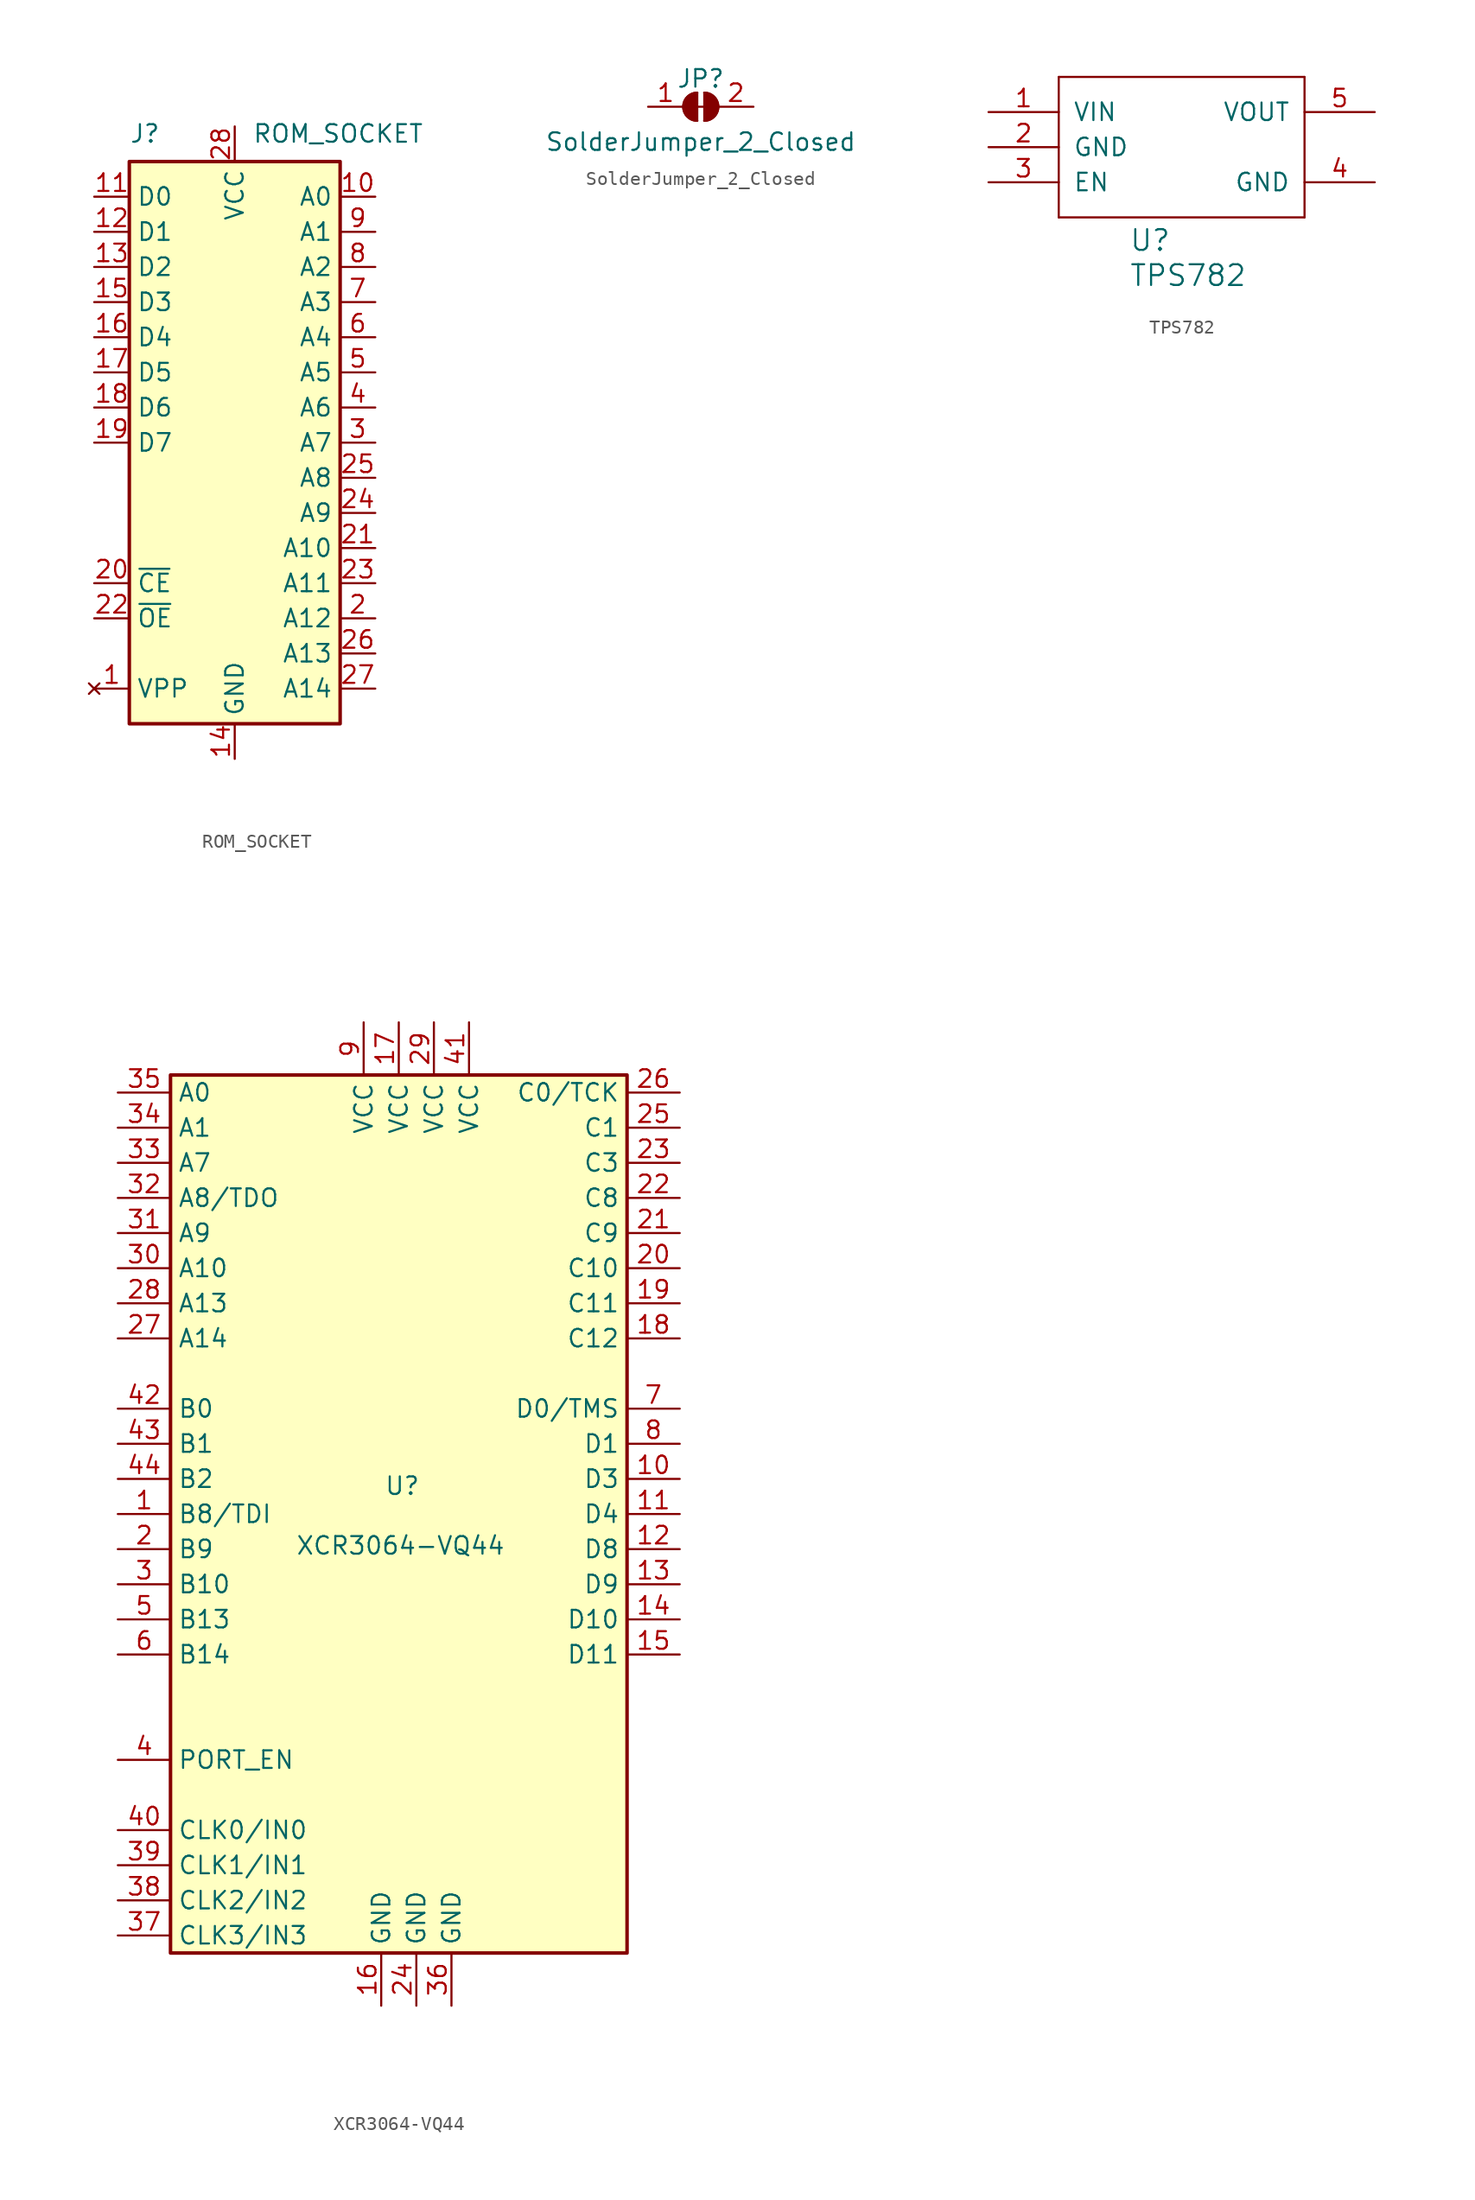
<source format=kicad_sym>
(kicad_symbol_lib
  (version 20231120)
  (generator "kicad_symbol_editor")
  (generator_version "8.0")
  (symbol "ROM_SOCKET"
    (property "Reference" "J"
      (at -7.62 21.59 0)
      (effects (font (size 1.27 1.27)) (justify left bottom)))
    (property "Value" "ROM_SOCKET"
      (at 1.27 21.59 0)
      (effects (font (size 1.27 1.27)) (justify left bottom)))
    (symbol "ROM_SOCKET_1_1"
      (rectangle (start -7.62 -20.32) (end 7.62 20.32) (stroke (width 0.254) (type default)) (fill (type background)))
      (pin no_connect line (at -10.16 -17.78 0) (length 2.54) (name "VPP" (effects (font (size 1.27 1.27)))) (number "1" (effects (font (size 1.27 1.27)))))
      (pin output line (at 10.16 17.78 180) (length 2.54) (name "A0" (effects (font (size 1.27 1.27)))) (number "10" (effects (font (size 1.27 1.27)))))
      (pin bidirectional line (at -10.16 17.78 0) (length 2.54) (name "D0" (effects (font (size 1.27 1.27)))) (number "11" (effects (font (size 1.27 1.27)))))
      (pin bidirectional line (at -10.16 15.24 0) (length 2.54) (name "D1" (effects (font (size 1.27 1.27)))) (number "12" (effects (font (size 1.27 1.27)))))
      (pin bidirectional line (at -10.16 12.7 0) (length 2.54) (name "D2" (effects (font (size 1.27 1.27)))) (number "13" (effects (font (size 1.27 1.27)))))
      (pin power_out line (at 0 -22.86 90) (length 2.54) (name "GND" (effects (font (size 1.27 1.27)))) (number "14" (effects (font (size 1.27 1.27)))))
      (pin bidirectional line (at -10.16 10.16 0) (length 2.54) (name "D3" (effects (font (size 1.27 1.27)))) (number "15" (effects (font (size 1.27 1.27)))))
      (pin bidirectional line (at -10.16 7.62 0) (length 2.54) (name "D4" (effects (font (size 1.27 1.27)))) (number "16" (effects (font (size 1.27 1.27)))))
      (pin bidirectional line (at -10.16 5.08 0) (length 2.54) (name "D5" (effects (font (size 1.27 1.27)))) (number "17" (effects (font (size 1.27 1.27)))))
      (pin bidirectional line (at -10.16 2.54 0) (length 2.54) (name "D6" (effects (font (size 1.27 1.27)))) (number "18" (effects (font (size 1.27 1.27)))))
      (pin bidirectional line (at -10.16 0 0) (length 2.54) (name "D7" (effects (font (size 1.27 1.27)))) (number "19" (effects (font (size 1.27 1.27)))))
      (pin output line (at 10.16 -12.7 180) (length 2.54) (name "A12" (effects (font (size 1.27 1.27)))) (number "2" (effects (font (size 1.27 1.27)))))
      (pin output line (at -10.16 -10.16 0) (length 2.54) (name "~{CE}" (effects (font (size 1.27 1.27)))) (number "20" (effects (font (size 1.27 1.27)))))
      (pin output line (at 10.16 -7.62 180) (length 2.54) (name "A10" (effects (font (size 1.27 1.27)))) (number "21" (effects (font (size 1.27 1.27)))))
      (pin output line (at -10.16 -12.7 0) (length 2.54) (name "~{OE}" (effects (font (size 1.27 1.27)))) (number "22" (effects (font (size 1.27 1.27)))))
      (pin output line (at 10.16 -10.16 180) (length 2.54) (name "A11" (effects (font (size 1.27 1.27)))) (number "23" (effects (font (size 1.27 1.27)))))
      (pin output line (at 10.16 -5.08 180) (length 2.54) (name "A9" (effects (font (size 1.27 1.27)))) (number "24" (effects (font (size 1.27 1.27)))))
      (pin output line (at 10.16 -2.54 180) (length 2.54) (name "A8" (effects (font (size 1.27 1.27)))) (number "25" (effects (font (size 1.27 1.27)))))
      (pin output line (at 10.16 -15.24 180) (length 2.54) (name "A13" (effects (font (size 1.27 1.27)))) (number "26" (effects (font (size 1.27 1.27)))))
      (pin output line (at 10.16 -17.78 180) (length 2.54) (name "A14" (effects (font (size 1.27 1.27)))) (number "27" (effects (font (size 1.27 1.27)))))
      (pin power_out line (at 0 22.86 270) (length 2.54) (name "VCC" (effects (font (size 1.27 1.27)))) (number "28" (effects (font (size 1.27 1.27)))))
      (pin output line (at 10.16 0 180) (length 2.54) (name "A7" (effects (font (size 1.27 1.27)))) (number "3" (effects (font (size 1.27 1.27)))))
      (pin output line (at 10.16 2.54 180) (length 2.54) (name "A6" (effects (font (size 1.27 1.27)))) (number "4" (effects (font (size 1.27 1.27)))))
      (pin output line (at 10.16 5.08 180) (length 2.54) (name "A5" (effects (font (size 1.27 1.27)))) (number "5" (effects (font (size 1.27 1.27)))))
      (pin output line (at 10.16 7.62 180) (length 2.54) (name "A4" (effects (font (size 1.27 1.27)))) (number "6" (effects (font (size 1.27 1.27)))))
      (pin output line (at 10.16 10.16 180) (length 2.54) (name "A3" (effects (font (size 1.27 1.27)))) (number "7" (effects (font (size 1.27 1.27)))))
      (pin output line (at 10.16 12.7 180) (length 2.54) (name "A2" (effects (font (size 1.27 1.27)))) (number "8" (effects (font (size 1.27 1.27)))))
      (pin output line (at 10.16 15.24 180) (length 2.54) (name "A1" (effects (font (size 1.27 1.27)))) (number "9" (effects (font (size 1.27 1.27)))))))
  (symbol "SolderJumper_2_Closed"
    (pin_names
      (offset 0) hide)
    (property "Reference" "JP"
      (at 0 2.032 0)
      (effects (font (size 1.27 1.27))))
    (property "Value" "SolderJumper_2_Closed"
      (at 0 -2.54 0)
      (effects (font (size 1.27 1.27))))
    (symbol "SolderJumper_2_Closed_0_1"
      (arc (start -0.254 1.016) (mid -1.2656 0) (end -0.254 -1.016) (stroke (width 0) (type default)) (fill (type none)))
      (arc (start -0.254 1.016) (mid -1.2656 0) (end -0.254 -1.016) (stroke (width 0) (type default)) (fill (type outline)))
      (polyline (pts (xy -0.254 0) (xy 0.254 0)) (stroke (width 0) (type default)) (fill (type none)))
      (polyline (pts (xy -0.254 1.016) (xy -0.254 -1.016)) (stroke (width 0) (type default)) (fill (type none)))
      (polyline (pts (xy 0.254 1.016) (xy 0.254 -1.016)) (stroke (width 0) (type default)) (fill (type none)))
      (arc (start 0.254 -1.016) (mid 1.2656 0) (end 0.254 1.016) (stroke (width 0) (type default)) (fill (type none)))
      (arc (start 0.254 -1.016) (mid 1.2656 0) (end 0.254 1.016) (stroke (width 0) (type default)) (fill (type outline))))
    (symbol "SolderJumper_2_Closed_1_1"
      (pin passive line (at -3.81 0 0) (length 2.54) (name "A" (effects (font (size 1.27 1.27)))) (number "1" (effects (font (size 1.27 1.27)))))
      (pin passive line (at 3.81 0 180) (length 2.54) (name "B" (effects (font (size 1.27 1.27)))) (number "2" (effects (font (size 1.27 1.27)))))))
  (symbol "TPS782"
    (pin_names
      (offset 1.016))
    (property "Reference" "U"
      (at -2.54 -7.62 0)
      (effects (font (size 1.499 1.499)) (justify left bottom)))
    (property "Value" "TPS782"
      (at -2.54 -10.16 0)
      (effects (font (size 1.499 1.499)) (justify left bottom)))
    (symbol "TPS782_1_0"
      (polyline (pts (xy -7.62 -5.08) (xy 10.16 -5.08)) (stroke (width 0) (type default)) (fill (type none)))
      (polyline (pts (xy -7.62 5.08) (xy -7.62 -5.08)) (stroke (width 0) (type default)) (fill (type none)))
      (polyline (pts (xy 10.16 -5.08) (xy 10.16 5.08)) (stroke (width 0) (type default)) (fill (type none)))
      (polyline (pts (xy 10.16 5.08) (xy -7.62 5.08)) (stroke (width 0) (type default)) (fill (type none)))
      (pin power_in line (at -12.7 2.54 0) (length 5.08) (name "VIN" (effects (font (size 1.27 1.27)))) (number "1" (effects (font (size 1.27 1.27)))))
      (pin power_in line (at -12.7 0 0) (length 5.08) (name "GND" (effects (font (size 1.27 1.27)))) (number "2" (effects (font (size 1.27 1.27)))))
      (pin input line (at -12.7 -2.54 0) (length 5.08) (name "EN" (effects (font (size 1.27 1.27)))) (number "3" (effects (font (size 1.27 1.27)))))
      (pin power_in line (at 15.24 -2.54 180) (length 5.08) (name "GND" (effects (font (size 1.27 1.27)))) (number "4" (effects (font (size 1.27 1.27)))))
      (pin power_out line (at 15.24 2.54 180) (length 5.08) (name "VOUT" (effects (font (size 1.27 1.27)))) (number "5" (effects (font (size 1.27 1.27)))))))
  (symbol "XCR3064-VQ44"
    (property "Reference" "U"
      (at 0.254 2.032 0)
      (effects (font (size 1.27 1.27))))
    (property "Value" "XCR3064-VQ44"
      (at 0.127 -2.286 0)
      (effects (font (size 1.27 1.27))))
    (symbol "XCR3064-VQ44_1_1"
      (rectangle (start -16.51 31.75) (end 16.51 -31.75) (stroke (width 0.254) (type default)) (fill (type background)))
      (pin passive line (at -20.32 0 0) (length 3.81) (name "B8/TDI" (effects (font (size 1.27 1.27)))) (number "1" (effects (font (size 1.27 1.27)))))
      (pin passive line (at 20.32 2.54 180) (length 3.81) (name "D3" (effects (font (size 1.27 1.27)))) (number "10" (effects (font (size 1.27 1.27)))))
      (pin passive line (at 20.32 0 180) (length 3.81) (name "D4" (effects (font (size 1.27 1.27)))) (number "11" (effects (font (size 1.27 1.27)))))
      (pin passive line (at 20.32 -2.54 180) (length 3.81) (name "D8" (effects (font (size 1.27 1.27)))) (number "12" (effects (font (size 1.27 1.27)))))
      (pin passive line (at 20.32 -5.08 180) (length 3.81) (name "D9" (effects (font (size 1.27 1.27)))) (number "13" (effects (font (size 1.27 1.27)))))
      (pin passive line (at 20.32 -7.62 180) (length 3.81) (name "D10" (effects (font (size 1.27 1.27)))) (number "14" (effects (font (size 1.27 1.27)))))
      (pin passive line (at 20.32 -10.16 180) (length 3.81) (name "D11" (effects (font (size 1.27 1.27)))) (number "15" (effects (font (size 1.27 1.27)))))
      (pin power_in line (at -1.27 -35.56 90) (length 3.81) (name "GND" (effects (font (size 1.27 1.27)))) (number "16" (effects (font (size 1.27 1.27)))))
      (pin power_in line (at 0 35.56 270) (length 3.81) (name "VCC" (effects (font (size 1.27 1.27)))) (number "17" (effects (font (size 1.27 1.27)))))
      (pin passive line (at 20.32 12.7 180) (length 3.81) (name "C12" (effects (font (size 1.27 1.27)))) (number "18" (effects (font (size 1.27 1.27)))))
      (pin passive line (at 20.32 15.24 180) (length 3.81) (name "C11" (effects (font (size 1.27 1.27)))) (number "19" (effects (font (size 1.27 1.27)))))
      (pin passive line (at -20.32 -2.54 0) (length 3.81) (name "B9" (effects (font (size 1.27 1.27)))) (number "2" (effects (font (size 1.27 1.27)))))
      (pin passive line (at 20.32 17.78 180) (length 3.81) (name "C10" (effects (font (size 1.27 1.27)))) (number "20" (effects (font (size 1.27 1.27)))))
      (pin passive line (at 20.32 20.32 180) (length 3.81) (name "C9" (effects (font (size 1.27 1.27)))) (number "21" (effects (font (size 1.27 1.27)))))
      (pin passive line (at 20.32 22.86 180) (length 3.81) (name "C8" (effects (font (size 1.27 1.27)))) (number "22" (effects (font (size 1.27 1.27)))))
      (pin passive line (at 20.32 25.4 180) (length 3.81) (name "C3" (effects (font (size 1.27 1.27)))) (number "23" (effects (font (size 1.27 1.27)))))
      (pin power_in line (at 1.27 -35.56 90) (length 3.81) (name "GND" (effects (font (size 1.27 1.27)))) (number "24" (effects (font (size 1.27 1.27)))))
      (pin passive line (at 20.32 27.94 180) (length 3.81) (name "C1" (effects (font (size 1.27 1.27)))) (number "25" (effects (font (size 1.27 1.27)))))
      (pin passive line (at 20.32 30.48 180) (length 3.81) (name "C0/TCK" (effects (font (size 1.27 1.27)))) (number "26" (effects (font (size 1.27 1.27)))))
      (pin passive line (at -20.32 12.7 0) (length 3.81) (name "A14" (effects (font (size 1.27 1.27)))) (number "27" (effects (font (size 1.27 1.27)))))
      (pin passive line (at -20.32 15.24 0) (length 3.81) (name "A13" (effects (font (size 1.27 1.27)))) (number "28" (effects (font (size 1.27 1.27)))))
      (pin power_in line (at 2.54 35.56 270) (length 3.81) (name "VCC" (effects (font (size 1.27 1.27)))) (number "29" (effects (font (size 1.27 1.27)))))
      (pin passive line (at -20.32 -5.08 0) (length 3.81) (name "B10" (effects (font (size 1.27 1.27)))) (number "3" (effects (font (size 1.27 1.27)))))
      (pin passive line (at -20.32 17.78 0) (length 3.81) (name "A10" (effects (font (size 1.27 1.27)))) (number "30" (effects (font (size 1.27 1.27)))))
      (pin passive line (at -20.32 20.32 0) (length 3.81) (name "A9" (effects (font (size 1.27 1.27)))) (number "31" (effects (font (size 1.27 1.27)))))
      (pin passive line (at -20.32 22.86 0) (length 3.81) (name "A8/TDO" (effects (font (size 1.27 1.27)))) (number "32" (effects (font (size 1.27 1.27)))))
      (pin passive line (at -20.32 25.4 0) (length 3.81) (name "A7" (effects (font (size 1.27 1.27)))) (number "33" (effects (font (size 1.27 1.27)))))
      (pin passive line (at -20.32 27.94 0) (length 3.81) (name "A1" (effects (font (size 1.27 1.27)))) (number "34" (effects (font (size 1.27 1.27)))))
      (pin passive line (at -20.32 30.48 0) (length 3.81) (name "A0" (effects (font (size 1.27 1.27)))) (number "35" (effects (font (size 1.27 1.27)))))
      (pin power_in line (at 3.81 -35.56 90) (length 3.81) (name "GND" (effects (font (size 1.27 1.27)))) (number "36" (effects (font (size 1.27 1.27)))))
      (pin input line (at -20.32 -30.48 0) (length 3.81) (name "CLK3/IN3" (effects (font (size 1.27 1.27)))) (number "37" (effects (font (size 1.27 1.27)))))
      (pin input line (at -20.32 -27.94 0) (length 3.81) (name "CLK2/IN2" (effects (font (size 1.27 1.27)))) (number "38" (effects (font (size 1.27 1.27)))))
      (pin input line (at -20.32 -25.4 0) (length 3.81) (name "CLK1/IN1" (effects (font (size 1.27 1.27)))) (number "39" (effects (font (size 1.27 1.27)))))
      (pin input line (at -20.32 -17.78 0) (length 3.81) (name "PORT_EN" (effects (font (size 1.27 1.27)))) (number "4" (effects (font (size 1.27 1.27)))))
      (pin input line (at -20.32 -22.86 0) (length 3.81) (name "CLK0/IN0" (effects (font (size 1.27 1.27)))) (number "40" (effects (font (size 1.27 1.27)))))
      (pin power_in line (at 5.08 35.56 270) (length 3.81) (name "VCC" (effects (font (size 1.27 1.27)))) (number "41" (effects (font (size 1.27 1.27)))))
      (pin passive line (at -20.32 7.62 0) (length 3.81) (name "B0" (effects (font (size 1.27 1.27)))) (number "42" (effects (font (size 1.27 1.27)))))
      (pin passive line (at -20.32 5.08 0) (length 3.81) (name "B1" (effects (font (size 1.27 1.27)))) (number "43" (effects (font (size 1.27 1.27)))))
      (pin passive line (at -20.32 2.54 0) (length 3.81) (name "B2" (effects (font (size 1.27 1.27)))) (number "44" (effects (font (size 1.27 1.27)))))
      (pin passive line (at -20.32 -7.62 0) (length 3.81) (name "B13" (effects (font (size 1.27 1.27)))) (number "5" (effects (font (size 1.27 1.27)))))
      (pin passive line (at -20.32 -10.16 0) (length 3.81) (name "B14" (effects (font (size 1.27 1.27)))) (number "6" (effects (font (size 1.27 1.27)))))
      (pin passive line (at 20.32 7.62 180) (length 3.81) (name "D0/TMS" (effects (font (size 1.27 1.27)))) (number "7" (effects (font (size 1.27 1.27)))))
      (pin passive line (at 20.32 5.08 180) (length 3.81) (name "D1" (effects (font (size 1.27 1.27)))) (number "8" (effects (font (size 1.27 1.27)))))
      (pin power_in line (at -2.54 35.56 270) (length 3.81) (name "VCC" (effects (font (size 1.27 1.27)))) (number "9" (effects (font (size 1.27 1.27))))))))
</source>
